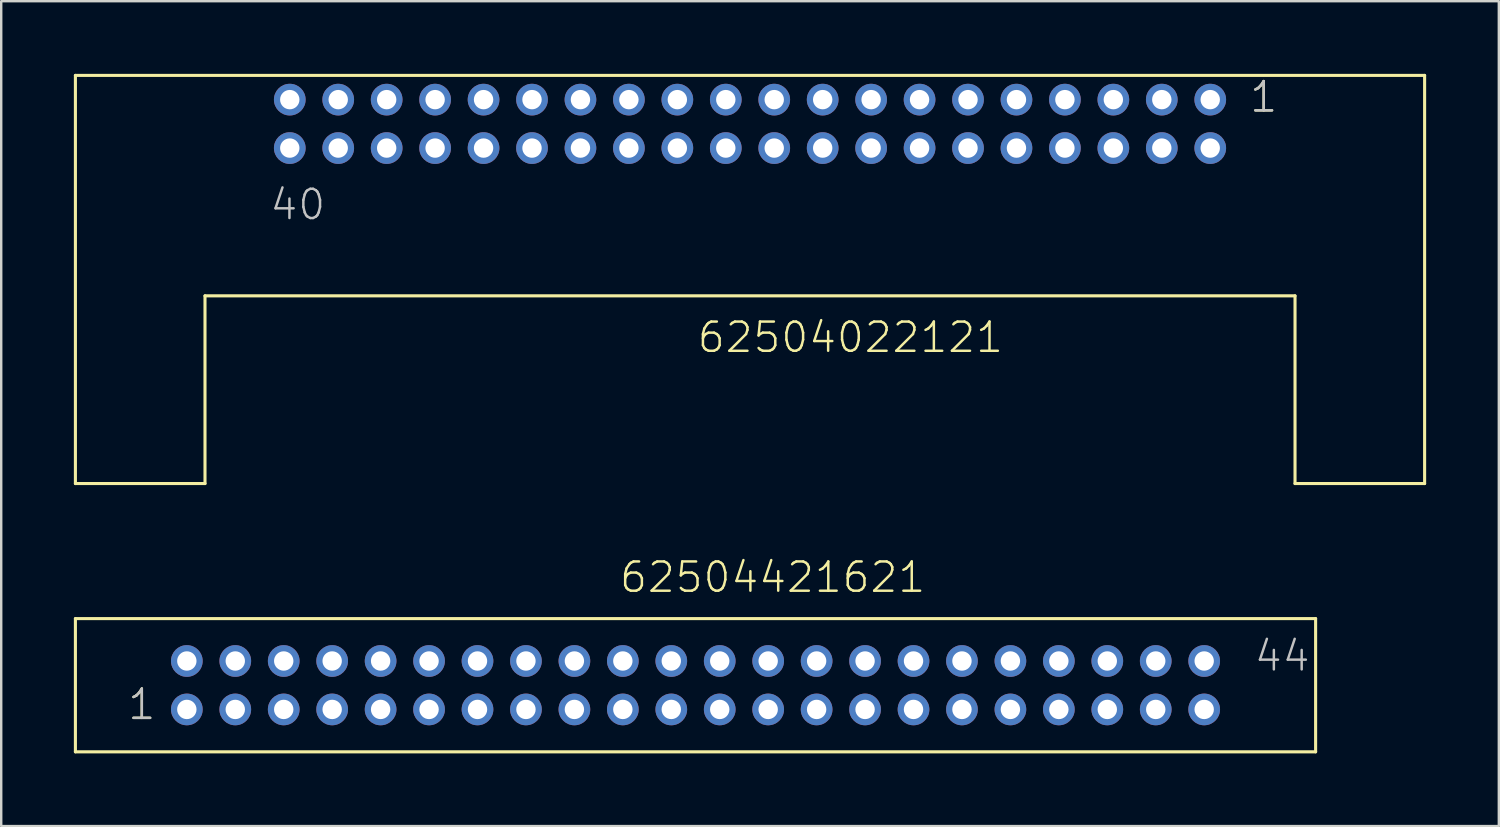
<source format=kicad_pcb>
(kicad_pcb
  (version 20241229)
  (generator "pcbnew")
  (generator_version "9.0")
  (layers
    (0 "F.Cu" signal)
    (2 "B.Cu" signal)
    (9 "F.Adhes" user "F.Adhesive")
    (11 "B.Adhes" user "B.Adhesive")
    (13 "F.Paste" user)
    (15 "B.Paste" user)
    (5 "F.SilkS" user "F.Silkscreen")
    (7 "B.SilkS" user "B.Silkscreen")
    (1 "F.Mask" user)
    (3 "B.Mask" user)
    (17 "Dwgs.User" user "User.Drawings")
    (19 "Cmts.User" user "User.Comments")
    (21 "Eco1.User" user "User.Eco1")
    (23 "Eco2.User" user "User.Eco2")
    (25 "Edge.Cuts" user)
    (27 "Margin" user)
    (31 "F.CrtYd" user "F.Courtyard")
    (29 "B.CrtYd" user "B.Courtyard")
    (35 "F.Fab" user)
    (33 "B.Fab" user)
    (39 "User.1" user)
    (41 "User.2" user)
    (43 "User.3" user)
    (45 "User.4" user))
  (footprint "62504421621"
    (layer "F.Cu")
    (at 25.663 25.238)
    (property "Reference" "62504421621" (at -3.2 -3.75 0) (layer "F.SilkS") (effects (font (size 1.206 1.206) (thickness 0.102)) (justify left bottom)))
    (attr through_hole)
    (fp_line (start -25.6 -2.75) (end -25.6 2.75) (stroke (width 0.127) (type solid)) (layer "F.SilkS"))
    (fp_line (start -25.6 2.75) (end 25.6 2.75) (stroke (width 0.127) (type solid)) (layer "F.SilkS"))
    (fp_line (start 25.6 -2.75) (end -25.6 -2.75) (stroke (width 0.127) (type solid)) (layer "F.SilkS"))
    (fp_line (start 25.6 2.75) (end 25.6 -2.75) (stroke (width 0.127) (type solid)) (layer "F.SilkS"))
    (fp_text user "1" (at -23.5 1.5 0) (layer "F.SilkS") (effects (font (size 1.206 1.206) (thickness 0.102)) (justify left bottom)))
    (fp_text user "1" (at -23.5 1.5 0) (layer "Dwgs.User") (effects (font (size 1.206 1.206) (thickness 0.102)) (justify left bottom)))
    (fp_text user "44" (at 23.005 -0.5 0) (layer "Dwgs.User") (effects (font (size 1.206 1.206) (thickness 0.102)) (justify left bottom)))
    (pad "1" thru_hole circle (at -21 1) (size 1.308 1.308) (drill 0.8) (layers "*.Cu" "*.Mask"))
    (pad "2" thru_hole circle (at -21 -1) (size 1.308 1.308) (drill 0.8) (layers "*.Cu" "*.Mask"))
    (pad "3" thru_hole circle (at -19 1) (size 1.308 1.308) (drill 0.8) (layers "*.Cu" "*.Mask"))
    (pad "4" thru_hole circle (at -19 -1) (size 1.308 1.308) (drill 0.8) (layers "*.Cu" "*.Mask"))
    (pad "5" thru_hole circle (at -17 1) (size 1.308 1.308) (drill 0.8) (layers "*.Cu" "*.Mask"))
    (pad "6" thru_hole circle (at -17 -1) (size 1.308 1.308) (drill 0.8) (layers "*.Cu" "*.Mask"))
    (pad "7" thru_hole circle (at -15 1) (size 1.308 1.308) (drill 0.8) (layers "*.Cu" "*.Mask"))
    (pad "8" thru_hole circle (at -15 -1) (size 1.308 1.308) (drill 0.8) (layers "*.Cu" "*.Mask"))
    (pad "9" thru_hole circle (at -13 1) (size 1.308 1.308) (drill 0.8) (layers "*.Cu" "*.Mask"))
    (pad "10" thru_hole circle (at -13 -1) (size 1.308 1.308) (drill 0.8) (layers "*.Cu" "*.Mask"))
    (pad "11" thru_hole circle (at -11 1) (size 1.308 1.308) (drill 0.8) (layers "*.Cu" "*.Mask"))
    (pad "12" thru_hole circle (at -11 -1) (size 1.308 1.308) (drill 0.8) (layers "*.Cu" "*.Mask"))
    (pad "13" thru_hole circle (at -9 1) (size 1.308 1.308) (drill 0.8) (layers "*.Cu" "*.Mask"))
    (pad "14" thru_hole circle (at -9 -1) (size 1.308 1.308) (drill 0.8) (layers "*.Cu" "*.Mask"))
    (pad "15" thru_hole circle (at -7 1) (size 1.308 1.308) (drill 0.8) (layers "*.Cu" "*.Mask"))
    (pad "16" thru_hole circle (at -7 -1) (size 1.308 1.308) (drill 0.8) (layers "*.Cu" "*.Mask"))
    (pad "17" thru_hole circle (at -5 1) (size 1.308 1.308) (drill 0.8) (layers "*.Cu" "*.Mask"))
    (pad "18" thru_hole circle (at -5 -1) (size 1.308 1.308) (drill 0.8) (layers "*.Cu" "*.Mask"))
    (pad "19" thru_hole circle (at -3 1) (size 1.308 1.308) (drill 0.8) (layers "*.Cu" "*.Mask"))
    (pad "20" thru_hole circle (at -3 -1) (size 1.308 1.308) (drill 0.8) (layers "*.Cu" "*.Mask"))
    (pad "21" thru_hole circle (at -1 1) (size 1.308 1.308) (drill 0.8) (layers "*.Cu" "*.Mask"))
    (pad "22" thru_hole circle (at -1 -1) (size 1.308 1.308) (drill 0.8) (layers "*.Cu" "*.Mask"))
    (pad "23" thru_hole circle (at 1 1) (size 1.308 1.308) (drill 0.8) (layers "*.Cu" "*.Mask"))
    (pad "24" thru_hole circle (at 1 -1) (size 1.308 1.308) (drill 0.8) (layers "*.Cu" "*.Mask"))
    (pad "25" thru_hole circle (at 3 1) (size 1.308 1.308) (drill 0.8) (layers "*.Cu" "*.Mask"))
    (pad "26" thru_hole circle (at 3 -1) (size 1.308 1.308) (drill 0.8) (layers "*.Cu" "*.Mask"))
    (pad "27" thru_hole circle (at 5 1) (size 1.308 1.308) (drill 0.8) (layers "*.Cu" "*.Mask"))
    (pad "28" thru_hole circle (at 5 -1) (size 1.308 1.308) (drill 0.8) (layers "*.Cu" "*.Mask"))
    (pad "29" thru_hole circle (at 7 1) (size 1.308 1.308) (drill 0.8) (layers "*.Cu" "*.Mask"))
    (pad "30" thru_hole circle (at 7 -1) (size 1.308 1.308) (drill 0.8) (layers "*.Cu" "*.Mask"))
    (pad "31" thru_hole circle (at 9 1) (size 1.308 1.308) (drill 0.8) (layers "*.Cu" "*.Mask"))
    (pad "32" thru_hole circle (at 9 -1) (size 1.308 1.308) (drill 0.8) (layers "*.Cu" "*.Mask"))
    (pad "33" thru_hole circle (at 11 1) (size 1.308 1.308) (drill 0.8) (layers "*.Cu" "*.Mask"))
    (pad "34" thru_hole circle (at 11 -1) (size 1.308 1.308) (drill 0.8) (layers "*.Cu" "*.Mask"))
    (pad "35" thru_hole circle (at 13 1) (size 1.308 1.308) (drill 0.8) (layers "*.Cu" "*.Mask"))
    (pad "36" thru_hole circle (at 13 -1) (size 1.308 1.308) (drill 0.8) (layers "*.Cu" "*.Mask"))
    (pad "37" thru_hole circle (at 15 1) (size 1.308 1.308) (drill 0.8) (layers "*.Cu" "*.Mask"))
    (pad "38" thru_hole circle (at 15 -1) (size 1.308 1.308) (drill 0.8) (layers "*.Cu" "*.Mask"))
    (pad "39" thru_hole circle (at 17 1) (size 1.308 1.308) (drill 0.8) (layers "*.Cu" "*.Mask"))
    (pad "40" thru_hole circle (at 17 -1) (size 1.308 1.308) (drill 0.8) (layers "*.Cu" "*.Mask"))
    (pad "41" thru_hole circle (at 19 1) (size 1.308 1.308) (drill 0.8) (layers "*.Cu" "*.Mask"))
    (pad "42" thru_hole circle (at 19 -1) (size 1.308 1.308) (drill 0.8) (layers "*.Cu" "*.Mask"))
    (pad "43" thru_hole circle (at 21 1) (size 1.308 1.308) (drill 0.8) (layers "*.Cu" "*.Mask"))
    (pad "44" thru_hole circle (at 21 -1) (size 1.308 1.308) (drill 0.8) (layers "*.Cu" "*.Mask")))
  (footprint "62504022121"
    (layer "F.Cu")
    (at 27.913 2.063)
    (property "Reference" "62504022121" (at -2.24 9.52 0) (layer "F.SilkS") (effects (font (size 1.206 1.206) (thickness 0.102)) (justify left bottom)))
    (attr through_hole)
    (fp_line (start -27.85 -2) (end -27.85 14.85) (stroke (width 0.127) (type solid)) (layer "F.SilkS"))
    (fp_line (start -27.85 14.85) (end -22.5 14.85) (stroke (width 0.127) (type solid)) (layer "F.SilkS"))
    (fp_line (start -22.5 7.1) (end 22.5 7.1) (stroke (width 0.127) (type solid)) (layer "F.SilkS"))
    (fp_line (start -22.5 14.85) (end -22.5 7.1) (stroke (width 0.127) (type solid)) (layer "F.SilkS"))
    (fp_line (start 22.5 7.1) (end 22.5 14.85) (stroke (width 0.127) (type solid)) (layer "F.SilkS"))
    (fp_line (start 22.5 14.85) (end 27.85 14.85) (stroke (width 0.127) (type solid)) (layer "F.SilkS"))
    (fp_line (start 27.85 -2) (end -27.85 -2) (stroke (width 0.127) (type solid)) (layer "F.SilkS"))
    (fp_line (start 27.85 14.85) (end 27.85 -2) (stroke (width 0.127) (type solid)) (layer "F.SilkS"))
    (fp_text user "1" (at 20.565 -0.405 0) (layer "F.SilkS") (effects (font (size 1.206 1.206) (thickness 0.102)) (justify left bottom)))
    (fp_text user "40" (at -19.885 4.04 0) (layer "Dwgs.User") (effects (font (size 1.206 1.206) (thickness 0.102)) (justify left bottom)))
    (fp_text user "1" (at 20.565 -0.405 0) (layer "Dwgs.User") (effects (font (size 1.206 1.206) (thickness 0.102)) (justify left bottom)))
    (pad "1" thru_hole circle (at 19 -1) (size 1.308 1.308) (drill 0.8) (layers "*.Cu" "*.Mask"))
    (pad "2" thru_hole circle (at 19 1) (size 1.308 1.308) (drill 0.8) (layers "*.Cu" "*.Mask"))
    (pad "3" thru_hole circle (at 17 -1) (size 1.308 1.308) (drill 0.8) (layers "*.Cu" "*.Mask"))
    (pad "4" thru_hole circle (at 17 1) (size 1.308 1.308) (drill 0.8) (layers "*.Cu" "*.Mask"))
    (pad "5" thru_hole circle (at 15 -1) (size 1.308 1.308) (drill 0.8) (layers "*.Cu" "*.Mask"))
    (pad "6" thru_hole circle (at 15 1) (size 1.308 1.308) (drill 0.8) (layers "*.Cu" "*.Mask"))
    (pad "7" thru_hole circle (at 13 -1) (size 1.308 1.308) (drill 0.8) (layers "*.Cu" "*.Mask"))
    (pad "8" thru_hole circle (at 13 1) (size 1.308 1.308) (drill 0.8) (layers "*.Cu" "*.Mask"))
    (pad "9" thru_hole circle (at 11 -1) (size 1.308 1.308) (drill 0.8) (layers "*.Cu" "*.Mask"))
    (pad "10" thru_hole circle (at 11 1) (size 1.308 1.308) (drill 0.8) (layers "*.Cu" "*.Mask"))
    (pad "11" thru_hole circle (at 9 -1) (size 1.308 1.308) (drill 0.8) (layers "*.Cu" "*.Mask"))
    (pad "12" thru_hole circle (at 9 1) (size 1.308 1.308) (drill 0.8) (layers "*.Cu" "*.Mask"))
    (pad "13" thru_hole circle (at 7 -1) (size 1.308 1.308) (drill 0.8) (layers "*.Cu" "*.Mask"))
    (pad "14" thru_hole circle (at 7 1) (size 1.308 1.308) (drill 0.8) (layers "*.Cu" "*.Mask"))
    (pad "15" thru_hole circle (at 5 -1) (size 1.308 1.308) (drill 0.8) (layers "*.Cu" "*.Mask"))
    (pad "16" thru_hole circle (at 5 1) (size 1.308 1.308) (drill 0.8) (layers "*.Cu" "*.Mask"))
    (pad "17" thru_hole circle (at 3 -1) (size 1.308 1.308) (drill 0.8) (layers "*.Cu" "*.Mask"))
    (pad "18" thru_hole circle (at 3 1) (size 1.308 1.308) (drill 0.8) (layers "*.Cu" "*.Mask"))
    (pad "19" thru_hole circle (at 1 -1) (size 1.308 1.308) (drill 0.8) (layers "*.Cu" "*.Mask"))
    (pad "20" thru_hole circle (at 1 1) (size 1.308 1.308) (drill 0.8) (layers "*.Cu" "*.Mask"))
    (pad "21" thru_hole circle (at -1 -1) (size 1.308 1.308) (drill 0.8) (layers "*.Cu" "*.Mask"))
    (pad "22" thru_hole circle (at -1 1) (size 1.308 1.308) (drill 0.8) (layers "*.Cu" "*.Mask"))
    (pad "23" thru_hole circle (at -3 -1) (size 1.308 1.308) (drill 0.8) (layers "*.Cu" "*.Mask"))
    (pad "24" thru_hole circle (at -3 1) (size 1.308 1.308) (drill 0.8) (layers "*.Cu" "*.Mask"))
    (pad "25" thru_hole circle (at -5 -1) (size 1.308 1.308) (drill 0.8) (layers "*.Cu" "*.Mask"))
    (pad "26" thru_hole circle (at -5 1) (size 1.308 1.308) (drill 0.8) (layers "*.Cu" "*.Mask"))
    (pad "27" thru_hole circle (at -7 -1) (size 1.308 1.308) (drill 0.8) (layers "*.Cu" "*.Mask"))
    (pad "28" thru_hole circle (at -7 1) (size 1.308 1.308) (drill 0.8) (layers "*.Cu" "*.Mask"))
    (pad "29" thru_hole circle (at -9 -1) (size 1.308 1.308) (drill 0.8) (layers "*.Cu" "*.Mask"))
    (pad "30" thru_hole circle (at -9 1) (size 1.308 1.308) (drill 0.8) (layers "*.Cu" "*.Mask"))
    (pad "31" thru_hole circle (at -11 -1) (size 1.308 1.308) (drill 0.8) (layers "*.Cu" "*.Mask"))
    (pad "32" thru_hole circle (at -11 1) (size 1.308 1.308) (drill 0.8) (layers "*.Cu" "*.Mask"))
    (pad "33" thru_hole circle (at -13 -1) (size 1.308 1.308) (drill 0.8) (layers "*.Cu" "*.Mask"))
    (pad "34" thru_hole circle (at -13 1) (size 1.308 1.308) (drill 0.8) (layers "*.Cu" "*.Mask"))
    (pad "35" thru_hole circle (at -15 -1) (size 1.308 1.308) (drill 0.8) (layers "*.Cu" "*.Mask"))
    (pad "36" thru_hole circle (at -15 1) (size 1.308 1.308) (drill 0.8) (layers "*.Cu" "*.Mask"))
    (pad "37" thru_hole circle (at -17 -1) (size 1.308 1.308) (drill 0.8) (layers "*.Cu" "*.Mask"))
    (pad "38" thru_hole circle (at -17 1) (size 1.308 1.308) (drill 0.8) (layers "*.Cu" "*.Mask"))
    (pad "39" thru_hole circle (at -19 -1) (size 1.308 1.308) (drill 0.8) (layers "*.Cu" "*.Mask"))
    (pad "40" thru_hole circle (at -19 1) (size 1.308 1.308) (drill 0.8) (layers "*.Cu" "*.Mask")))
  (gr_rect
    (start -3 -3)
    (end 58.827 31.052)
    (stroke (width 0.1) (type default))
    (fill no)
    (layer "Edge.Cuts")))
</source>
